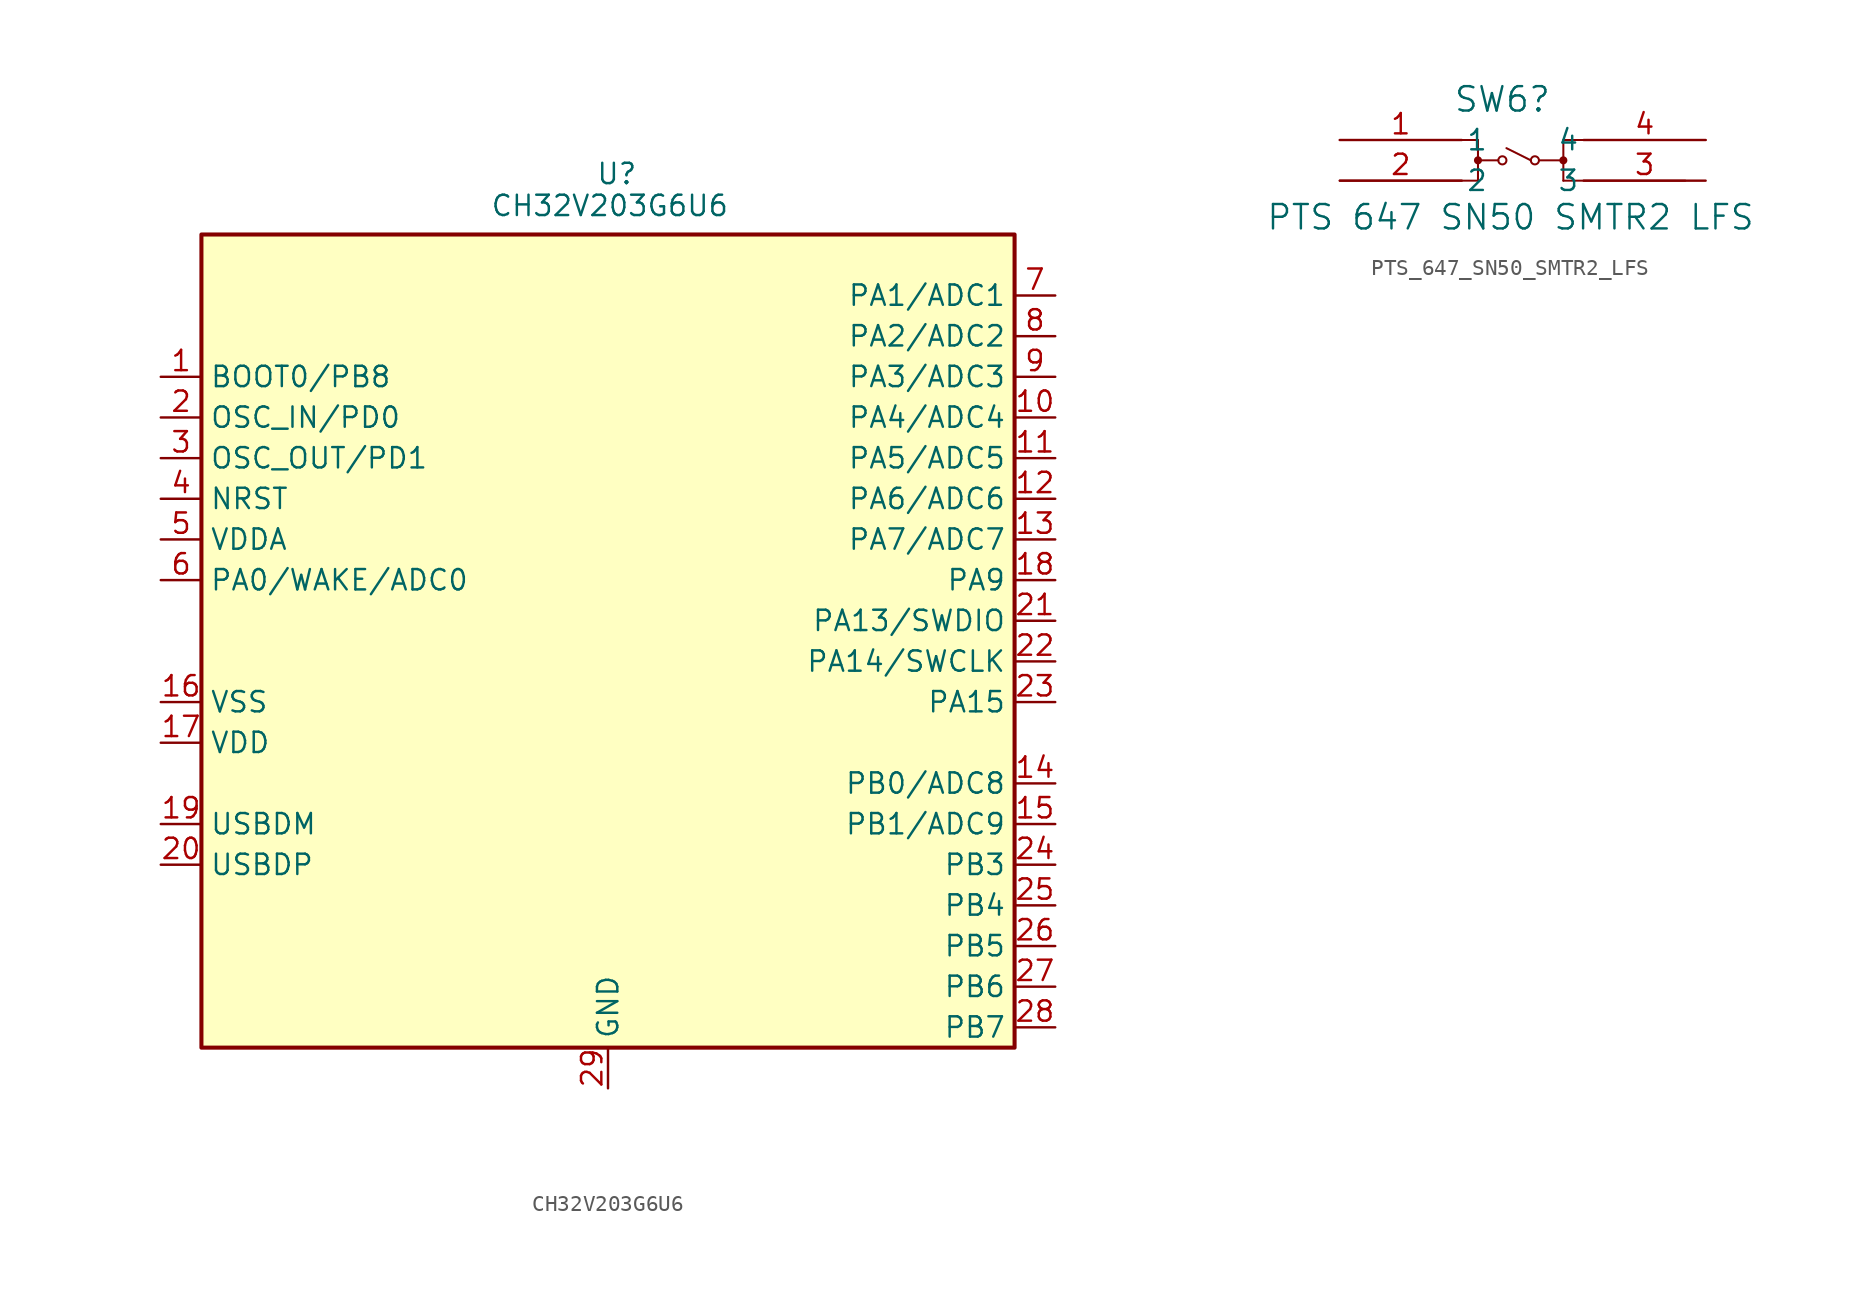
<source format=kicad_sym>
(kicad_symbol_lib
  (version 20231120)
  (generator "kicad_symbol_editor")
  (generator_version "8.0")
  (symbol "CH32V203G6U6"
    (property "Reference" "U"
      (at -0.762 28.448 0)
      (effects (font (size 1.27 1.27)) (justify left bottom)))
    (property "Value" "CH32V203G6U6"
      (at -7.366 27.94 0)
      (effects (font (size 1.27 1.27)) (justify left top)))
    (symbol "CH32V203G6U6_0_1"
      (rectangle (start -25.4 25.4) (end 25.4 -25.4) (stroke (width 0.254) (type default)) (fill (type background))))
    (symbol "CH32V203G6U6_1_1"
      (pin bidirectional line (at -27.94 16.51 0) (length 2.54) (name "BOOT0/PB8" (effects (font (size 1.27 1.27)))) (number "1" (effects (font (size 1.27 1.27)))))
      (pin bidirectional line (at 27.94 13.97 180) (length 2.54) (name "PA4/ADC4" (effects (font (size 1.27 1.27)))) (number "10" (effects (font (size 1.27 1.27)))))
      (pin bidirectional line (at 27.94 11.43 180) (length 2.54) (name "PA5/ADC5" (effects (font (size 1.27 1.27)))) (number "11" (effects (font (size 1.27 1.27)))))
      (pin bidirectional line (at 27.94 8.89 180) (length 2.54) (name "PA6/ADC6" (effects (font (size 1.27 1.27)))) (number "12" (effects (font (size 1.27 1.27)))))
      (pin bidirectional line (at 27.94 6.35 180) (length 2.54) (name "PA7/ADC7" (effects (font (size 1.27 1.27)))) (number "13" (effects (font (size 1.27 1.27)))))
      (pin bidirectional line (at 27.94 -8.89 180) (length 2.54) (name "PB0/ADC8" (effects (font (size 1.27 1.27)))) (number "14" (effects (font (size 1.27 1.27)))))
      (pin bidirectional line (at 27.94 -11.43 180) (length 2.54) (name "PB1/ADC9" (effects (font (size 1.27 1.27)))) (number "15" (effects (font (size 1.27 1.27)))))
      (pin bidirectional line (at -27.94 -3.81 0) (length 2.54) (name "VSS" (effects (font (size 1.27 1.27)))) (number "16" (effects (font (size 1.27 1.27)))))
      (pin bidirectional line (at -27.94 -6.35 0) (length 2.54) (name "VDD" (effects (font (size 1.27 1.27)))) (number "17" (effects (font (size 1.27 1.27)))))
      (pin bidirectional line (at 27.94 3.81 180) (length 2.54) (name "PA9" (effects (font (size 1.27 1.27)))) (number "18" (effects (font (size 1.27 1.27)))))
      (pin bidirectional line (at -27.94 -11.43 0) (length 2.54) (name "USBDM" (effects (font (size 1.27 1.27)))) (number "19" (effects (font (size 1.27 1.27)))))
      (pin bidirectional line (at -27.94 13.97 0) (length 2.54) (name "OSC_IN/PD0" (effects (font (size 1.27 1.27)))) (number "2" (effects (font (size 1.27 1.27)))))
      (pin bidirectional line (at -27.94 -13.97 0) (length 2.54) (name "USBDP" (effects (font (size 1.27 1.27)))) (number "20" (effects (font (size 1.27 1.27)))))
      (pin bidirectional line (at 27.94 1.27 180) (length 2.54) (name "PA13/SWDIO" (effects (font (size 1.27 1.27)))) (number "21" (effects (font (size 1.27 1.27)))))
      (pin bidirectional line (at 27.94 -1.27 180) (length 2.54) (name "PA14/SWCLK" (effects (font (size 1.27 1.27)))) (number "22" (effects (font (size 1.27 1.27)))))
      (pin bidirectional line (at 27.94 -3.81 180) (length 2.54) (name "PA15" (effects (font (size 1.27 1.27)))) (number "23" (effects (font (size 1.27 1.27)))))
      (pin bidirectional line (at 27.94 -13.97 180) (length 2.54) (name "PB3" (effects (font (size 1.27 1.27)))) (number "24" (effects (font (size 1.27 1.27)))))
      (pin bidirectional line (at 27.94 -16.51 180) (length 2.54) (name "PB4" (effects (font (size 1.27 1.27)))) (number "25" (effects (font (size 1.27 1.27)))))
      (pin bidirectional line (at 27.94 -19.05 180) (length 2.54) (name "PB5" (effects (font (size 1.27 1.27)))) (number "26" (effects (font (size 1.27 1.27)))))
      (pin bidirectional line (at 27.94 -21.59 180) (length 2.54) (name "PB6" (effects (font (size 1.27 1.27)))) (number "27" (effects (font (size 1.27 1.27)))))
      (pin bidirectional line (at 27.94 -24.13 180) (length 2.54) (name "PB7" (effects (font (size 1.27 1.27)))) (number "28" (effects (font (size 1.27 1.27)))))
      (pin power_in line (at 0 -27.94 90) (length 2.54) (name "GND" (effects (font (size 1.27 1.27)))) (number "29" (effects (font (size 1.27 1.27)))))
      (pin bidirectional line (at -27.94 11.43 0) (length 2.54) (name "OSC_OUT/PD1" (effects (font (size 1.27 1.27)))) (number "3" (effects (font (size 1.27 1.27)))))
      (pin bidirectional line (at -27.94 8.89 0) (length 2.54) (name "NRST" (effects (font (size 1.27 1.27)))) (number "4" (effects (font (size 1.27 1.27)))))
      (pin bidirectional line (at -27.94 6.35 0) (length 2.54) (name "VDDA" (effects (font (size 1.27 1.27)))) (number "5" (effects (font (size 1.27 1.27)))))
      (pin bidirectional line (at -27.94 3.81 0) (length 2.54) (name "PA0/WAKE/ADC0" (effects (font (size 1.27 1.27)))) (number "6" (effects (font (size 1.27 1.27)))))
      (pin bidirectional line (at 27.94 21.59 180) (length 2.54) (name "PA1/ADC1" (effects (font (size 1.27 1.27)))) (number "7" (effects (font (size 1.27 1.27)))))
      (pin bidirectional line (at 27.94 19.05 180) (length 2.54) (name "PA2/ADC2" (effects (font (size 1.27 1.27)))) (number "8" (effects (font (size 1.27 1.27)))))
      (pin bidirectional line (at 27.94 16.51 180) (length 2.54) (name "PA3/ADC3" (effects (font (size 1.27 1.27)))) (number "9" (effects (font (size 1.27 1.27)))))))
  (symbol "PTS_647_SN50_SMTR2_LFS"
    (pin_names
      (offset 0.254))
    (property "Reference" "SW6"
      (at 0 3.81 0)
      (effects (font (size 1.524 1.524))))
    (property "Value" "PTS 647 SN50 SMTR2 LFS"
      (at 0.508 -3.556 0)
      (effects (font (size 1.524 1.524))))
    (symbol "PTS_647_SN50_SMTR2_LFS_0_1"
      (circle (center -1.524 0) (radius 0.127) (stroke (width 0.254) (type default)) (fill (type none)))
      (polyline (pts (xy -10.16 1.27) (xy -1.524 1.27)) (stroke (width 0.127) (type default)) (fill (type none)))
      (polyline (pts (xy -1.524 -1.27) (xy -10.16 -1.27)) (stroke (width 0.127) (type default)) (fill (type none)))
      (polyline (pts (xy -1.524 0) (xy -0.254 0)) (stroke (width 0.127) (type default)) (fill (type none)))
      (polyline (pts (xy -1.524 1.27) (xy -1.524 -1.27)) (stroke (width 0.127) (type default)) (fill (type none)))
      (polyline (pts (xy 0.254 0.762) (xy 1.778 0)) (stroke (width 0.127) (type default)) (fill (type none)))
      (polyline (pts (xy 3.556 0) (xy 2.286 0)) (stroke (width 0.127) (type default)) (fill (type none)))
      (polyline (pts (xy 3.81 -1.27) (xy 11.43 -1.27)) (stroke (width 0.127) (type default)) (fill (type none)))
      (polyline (pts (xy 3.81 1.27) (xy 3.81 -1.27)) (stroke (width 0.127) (type default)) (fill (type none)))
      (polyline (pts (xy 12.7 1.27) (xy 3.81 1.27)) (stroke (width 0.127) (type default)) (fill (type none)))
      (circle (center 0 0) (radius 0.254) (stroke (width 0.127) (type default)) (fill (type none)))
      (circle (center 2.032 0) (radius 0.254) (stroke (width 0.127) (type default)) (fill (type none)))
      (circle (center 3.81 0) (radius 0.127) (stroke (width 0.254) (type default)) (fill (type none)))
      (pin unspecified line (at -10.16 1.27 0) (length 7.62) (name "1" (effects (font (size 1.27 1.27)))) (number "1" (effects (font (size 1.27 1.27)))))
      (pin unspecified line (at -10.16 -1.27 0) (length 7.62) (name "2" (effects (font (size 1.27 1.27)))) (number "2" (effects (font (size 1.27 1.27)))))
      (pin unspecified line (at 12.7 -1.27 180) (length 7.62) (name "3" (effects (font (size 1.27 1.27)))) (number "3" (effects (font (size 1.27 1.27)))))
      (pin unspecified line (at 12.7 1.27 180) (length 7.62) (name "4" (effects (font (size 1.27 1.27)))) (number "4" (effects (font (size 1.27 1.27))))))))
</source>
